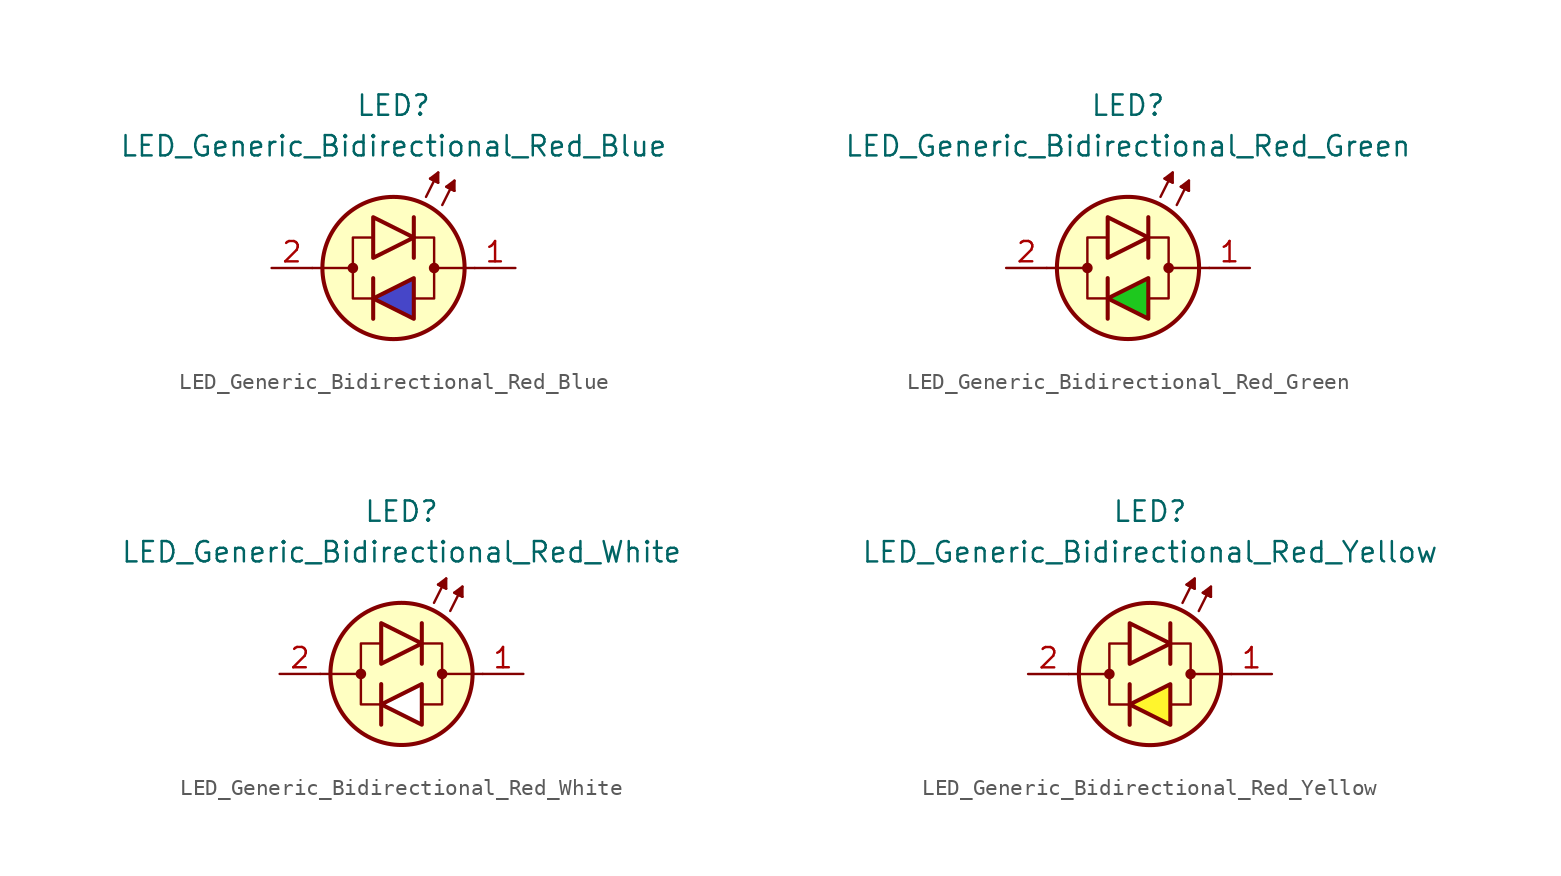
<source format=kicad_sym>
(kicad_symbol_lib
  (version 20231120)
  (generator "kicad_symbol_editor")
  (generator_version "8.0")
  (symbol "LED_Generic_Bidirectional_Red_Blue"
    (pin_names
      (offset 1.016) hide)
    (property "Reference" "LED"
      (at 0 10.16 0)
      (effects (font (size 1.27 1.27))))
    (property "Value" "LED_Generic_Bidirectional_Red_Blue"
      (at 0 7.62 0)
      (effects (font (size 1.27 1.27))))
    (symbol "LED_Generic_Bidirectional_Red_Blue_0_1"
      (circle (center -2.54 0) (radius 0.254) (stroke (width 0) (type default)) (fill (type outline)))
      (polyline (pts (xy -2.54 0) (xy -5.08 0)) (stroke (width 0.152) (type default)) (fill (type none)))
      (polyline (pts (xy -1.27 -3.175) (xy -1.27 -0.635)) (stroke (width 0.254) (type default)) (fill (type none)))
      (polyline (pts (xy 1.27 3.175) (xy 1.27 0.635)) (stroke (width 0.254) (type default)) (fill (type none)))
      (polyline (pts (xy 2.032 4.445) (xy 2.794 5.969)) (stroke (width 0.152) (type default)) (fill (type none)))
      (polyline (pts (xy 2.54 5.461) (xy 2.286 5.588)) (stroke (width 0.152) (type default)) (fill (type none)))
      (polyline (pts (xy 2.54 5.461) (xy 2.794 5.334)) (stroke (width 0.152) (type default)) (fill (type none)))
      (polyline (pts (xy 3.048 3.937) (xy 3.81 5.461)) (stroke (width 0.152) (type default)) (fill (type none)))
      (polyline (pts (xy 3.556 4.953) (xy 3.302 5.08)) (stroke (width 0.152) (type default)) (fill (type none)))
      (polyline (pts (xy 3.556 4.953) (xy 3.81 4.826)) (stroke (width 0.152) (type default)) (fill (type none)))
      (polyline (pts (xy 5.08 0) (xy 2.54 0)) (stroke (width 0.152) (type default)) (fill (type none)))
      (polyline (pts (xy -1.397 1.905) (xy -2.54 1.905) (xy -2.54 -1.905) (xy -1.27 -1.905)) (stroke (width 0.152) (type default)) (fill (type none)))
      (polyline (pts (xy -1.27 3.175) (xy -1.27 0.635) (xy 1.27 1.905) (xy -1.27 3.175)) (stroke (width 0.254) (type default)) (fill (type color) (color 240 30 30 1)))
      (polyline (pts (xy 1.27 -3.175) (xy 1.27 -0.635) (xy -1.27 -1.905) (xy 1.27 -3.175)) (stroke (width 0.254) (type default)) (fill (type color) (color 70 70 200 1)))
      (polyline (pts (xy 1.27 1.905) (xy 2.54 1.905) (xy 2.54 -1.905) (xy 1.27 -1.905)) (stroke (width 0.152) (type default)) (fill (type none)))
      (polyline (pts (xy 2.794 5.334) (xy 2.286 5.588) (xy 2.794 5.969) (xy 2.794 5.334)) (stroke (width 0.152) (type default)) (fill (type outline)))
      (polyline (pts (xy 3.81 4.826) (xy 3.302 5.08) (xy 3.81 5.461) (xy 3.81 4.826)) (stroke (width 0.152) (type default)) (fill (type outline)))
      (circle (center 0 0) (radius 4.445) (stroke (width 0.254) (type default)) (fill (type background)))
      (circle (center 2.54 0) (radius 0.254) (stroke (width 0) (type default)) (fill (type outline))))
    (symbol "LED_Generic_Bidirectional_Red_Blue_1_1"
      (pin passive line (at 7.62 0 180) (length 2.54) (name "K" (effects (font (size 1.27 1.27)))) (number "1" (effects (font (size 1.27 1.27)))))
      (pin passive line (at -7.62 0 0) (length 2.54) (name "A" (effects (font (size 1.27 1.27)))) (number "2" (effects (font (size 1.27 1.27)))))))
  (symbol "LED_Generic_Bidirectional_Red_Green"
    (pin_names
      (offset 1.016) hide)
    (property "Reference" "LED"
      (at 0 10.16 0)
      (effects (font (size 1.27 1.27))))
    (property "Value" "LED_Generic_Bidirectional_Red_Green"
      (at 0 7.62 0)
      (effects (font (size 1.27 1.27))))
    (symbol "LED_Generic_Bidirectional_Red_Green_0_1"
      (circle (center -2.54 0) (radius 0.254) (stroke (width 0) (type default)) (fill (type outline)))
      (polyline (pts (xy -2.54 0) (xy -5.08 0)) (stroke (width 0.152) (type default)) (fill (type none)))
      (polyline (pts (xy -1.27 -3.175) (xy -1.27 -0.635)) (stroke (width 0.254) (type default)) (fill (type none)))
      (polyline (pts (xy 1.27 3.175) (xy 1.27 0.635)) (stroke (width 0.254) (type default)) (fill (type none)))
      (polyline (pts (xy 2.032 4.445) (xy 2.794 5.969)) (stroke (width 0.152) (type default)) (fill (type none)))
      (polyline (pts (xy 2.54 5.461) (xy 2.286 5.588)) (stroke (width 0.152) (type default)) (fill (type none)))
      (polyline (pts (xy 2.54 5.461) (xy 2.794 5.334)) (stroke (width 0.152) (type default)) (fill (type none)))
      (polyline (pts (xy 3.048 3.937) (xy 3.81 5.461)) (stroke (width 0.152) (type default)) (fill (type none)))
      (polyline (pts (xy 3.556 4.953) (xy 3.302 5.08)) (stroke (width 0.152) (type default)) (fill (type none)))
      (polyline (pts (xy 3.556 4.953) (xy 3.81 4.826)) (stroke (width 0.152) (type default)) (fill (type none)))
      (polyline (pts (xy 5.08 0) (xy 2.54 0)) (stroke (width 0.152) (type default)) (fill (type none)))
      (polyline (pts (xy -1.397 1.905) (xy -2.54 1.905) (xy -2.54 -1.905) (xy -1.27 -1.905)) (stroke (width 0.152) (type default)) (fill (type none)))
      (polyline (pts (xy -1.27 3.175) (xy -1.27 0.635) (xy 1.27 1.905) (xy -1.27 3.175)) (stroke (width 0.254) (type default)) (fill (type color) (color 240 30 30 1)))
      (polyline (pts (xy 1.27 -3.175) (xy 1.27 -0.635) (xy -1.27 -1.905) (xy 1.27 -3.175)) (stroke (width 0.254) (type default)) (fill (type color) (color 30 200 30 1)))
      (polyline (pts (xy 1.27 1.905) (xy 2.54 1.905) (xy 2.54 -1.905) (xy 1.27 -1.905)) (stroke (width 0.152) (type default)) (fill (type none)))
      (polyline (pts (xy 2.794 5.334) (xy 2.286 5.588) (xy 2.794 5.969) (xy 2.794 5.334)) (stroke (width 0.152) (type default)) (fill (type outline)))
      (polyline (pts (xy 3.81 4.826) (xy 3.302 5.08) (xy 3.81 5.461) (xy 3.81 4.826)) (stroke (width 0.152) (type default)) (fill (type outline)))
      (circle (center 0 0) (radius 4.445) (stroke (width 0.254) (type default)) (fill (type background)))
      (circle (center 2.54 0) (radius 0.254) (stroke (width 0) (type default)) (fill (type outline))))
    (symbol "LED_Generic_Bidirectional_Red_Green_1_1"
      (pin passive line (at 7.62 0 180) (length 2.54) (name "K" (effects (font (size 1.27 1.27)))) (number "1" (effects (font (size 1.27 1.27)))))
      (pin passive line (at -7.62 0 0) (length 2.54) (name "A" (effects (font (size 1.27 1.27)))) (number "2" (effects (font (size 1.27 1.27)))))))
  (symbol "LED_Generic_Bidirectional_Red_White"
    (pin_names
      (offset 1.016) hide)
    (property "Reference" "LED"
      (at 0 10.16 0)
      (effects (font (size 1.27 1.27))))
    (property "Value" "LED_Generic_Bidirectional_Red_White"
      (at 0 7.62 0)
      (effects (font (size 1.27 1.27))))
    (symbol "LED_Generic_Bidirectional_Red_White_0_1"
      (circle (center -2.54 0) (radius 0.254) (stroke (width 0) (type default)) (fill (type outline)))
      (polyline (pts (xy -2.54 0) (xy -5.08 0)) (stroke (width 0.152) (type default)) (fill (type none)))
      (polyline (pts (xy -1.27 -3.175) (xy -1.27 -0.635)) (stroke (width 0.254) (type default)) (fill (type none)))
      (polyline (pts (xy 1.27 3.175) (xy 1.27 0.635)) (stroke (width 0.254) (type default)) (fill (type none)))
      (polyline (pts (xy 2.032 4.445) (xy 2.794 5.969)) (stroke (width 0.152) (type default)) (fill (type none)))
      (polyline (pts (xy 2.54 5.461) (xy 2.286 5.588)) (stroke (width 0.152) (type default)) (fill (type none)))
      (polyline (pts (xy 2.54 5.461) (xy 2.794 5.334)) (stroke (width 0.152) (type default)) (fill (type none)))
      (polyline (pts (xy 3.048 3.937) (xy 3.81 5.461)) (stroke (width 0.152) (type default)) (fill (type none)))
      (polyline (pts (xy 3.556 4.953) (xy 3.302 5.08)) (stroke (width 0.152) (type default)) (fill (type none)))
      (polyline (pts (xy 3.556 4.953) (xy 3.81 4.826)) (stroke (width 0.152) (type default)) (fill (type none)))
      (polyline (pts (xy 5.08 0) (xy 2.54 0)) (stroke (width 0.152) (type default)) (fill (type none)))
      (polyline (pts (xy -1.397 1.905) (xy -2.54 1.905) (xy -2.54 -1.905) (xy -1.27 -1.905)) (stroke (width 0.152) (type default)) (fill (type none)))
      (polyline (pts (xy -1.27 3.175) (xy -1.27 0.635) (xy 1.27 1.905) (xy -1.27 3.175)) (stroke (width 0.254) (type default)) (fill (type color) (color 240 30 30 1)))
      (polyline (pts (xy 1.27 -3.175) (xy 1.27 -0.635) (xy -1.27 -1.905) (xy 1.27 -3.175)) (stroke (width 0.254) (type default)) (fill (type color) (color 255 255 255 1)))
      (polyline (pts (xy 1.27 1.905) (xy 2.54 1.905) (xy 2.54 -1.905) (xy 1.27 -1.905)) (stroke (width 0.152) (type default)) (fill (type none)))
      (polyline (pts (xy 2.794 5.334) (xy 2.286 5.588) (xy 2.794 5.969) (xy 2.794 5.334)) (stroke (width 0.152) (type default)) (fill (type outline)))
      (polyline (pts (xy 3.81 4.826) (xy 3.302 5.08) (xy 3.81 5.461) (xy 3.81 4.826)) (stroke (width 0.152) (type default)) (fill (type outline)))
      (circle (center 0 0) (radius 4.445) (stroke (width 0.254) (type default)) (fill (type background)))
      (circle (center 2.54 0) (radius 0.254) (stroke (width 0) (type default)) (fill (type outline))))
    (symbol "LED_Generic_Bidirectional_Red_White_1_1"
      (pin passive line (at 7.62 0 180) (length 2.54) (name "K" (effects (font (size 1.27 1.27)))) (number "1" (effects (font (size 1.27 1.27)))))
      (pin passive line (at -7.62 0 0) (length 2.54) (name "A" (effects (font (size 1.27 1.27)))) (number "2" (effects (font (size 1.27 1.27)))))))
  (symbol "LED_Generic_Bidirectional_Red_Yellow"
    (pin_names
      (offset 1.016) hide)
    (property "Reference" "LED"
      (at 0 10.16 0)
      (effects (font (size 1.27 1.27))))
    (property "Value" "LED_Generic_Bidirectional_Red_Yellow"
      (at 0 7.62 0)
      (effects (font (size 1.27 1.27))))
    (symbol "LED_Generic_Bidirectional_Red_Yellow_0_1"
      (circle (center -2.54 0) (radius 0.254) (stroke (width 0) (type default)) (fill (type outline)))
      (polyline (pts (xy -2.54 0) (xy -5.08 0)) (stroke (width 0.152) (type default)) (fill (type none)))
      (polyline (pts (xy -1.27 -3.175) (xy -1.27 -0.635)) (stroke (width 0.254) (type default)) (fill (type none)))
      (polyline (pts (xy 1.27 3.175) (xy 1.27 0.635)) (stroke (width 0.254) (type default)) (fill (type none)))
      (polyline (pts (xy 2.032 4.445) (xy 2.794 5.969)) (stroke (width 0.152) (type default)) (fill (type none)))
      (polyline (pts (xy 2.54 5.461) (xy 2.286 5.588)) (stroke (width 0.152) (type default)) (fill (type none)))
      (polyline (pts (xy 2.54 5.461) (xy 2.794 5.334)) (stroke (width 0.152) (type default)) (fill (type none)))
      (polyline (pts (xy 3.048 3.937) (xy 3.81 5.461)) (stroke (width 0.152) (type default)) (fill (type none)))
      (polyline (pts (xy 3.556 4.953) (xy 3.302 5.08)) (stroke (width 0.152) (type default)) (fill (type none)))
      (polyline (pts (xy 3.556 4.953) (xy 3.81 4.826)) (stroke (width 0.152) (type default)) (fill (type none)))
      (polyline (pts (xy 5.08 0) (xy 2.54 0)) (stroke (width 0.152) (type default)) (fill (type none)))
      (polyline (pts (xy -1.397 1.905) (xy -2.54 1.905) (xy -2.54 -1.905) (xy -1.27 -1.905)) (stroke (width 0.152) (type default)) (fill (type none)))
      (polyline (pts (xy -1.27 3.175) (xy -1.27 0.635) (xy 1.27 1.905) (xy -1.27 3.175)) (stroke (width 0.254) (type default)) (fill (type color) (color 240 30 30 1)))
      (polyline (pts (xy 1.27 -3.175) (xy 1.27 -0.635) (xy -1.27 -1.905) (xy 1.27 -3.175)) (stroke (width 0.254) (type default)) (fill (type color) (color 255 245 45 1)))
      (polyline (pts (xy 1.27 1.905) (xy 2.54 1.905) (xy 2.54 -1.905) (xy 1.27 -1.905)) (stroke (width 0.152) (type default)) (fill (type none)))
      (polyline (pts (xy 2.794 5.334) (xy 2.286 5.588) (xy 2.794 5.969) (xy 2.794 5.334)) (stroke (width 0.152) (type default)) (fill (type outline)))
      (polyline (pts (xy 3.81 4.826) (xy 3.302 5.08) (xy 3.81 5.461) (xy 3.81 4.826)) (stroke (width 0.152) (type default)) (fill (type outline)))
      (circle (center 0 0) (radius 4.445) (stroke (width 0.254) (type default)) (fill (type background)))
      (circle (center 2.54 0) (radius 0.254) (stroke (width 0) (type default)) (fill (type outline))))
    (symbol "LED_Generic_Bidirectional_Red_Yellow_1_1"
      (pin passive line (at 7.62 0 180) (length 2.54) (name "K" (effects (font (size 1.27 1.27)))) (number "1" (effects (font (size 1.27 1.27)))))
      (pin passive line (at -7.62 0 0) (length 2.54) (name "A" (effects (font (size 1.27 1.27)))) (number "2" (effects (font (size 1.27 1.27))))))))
</source>
